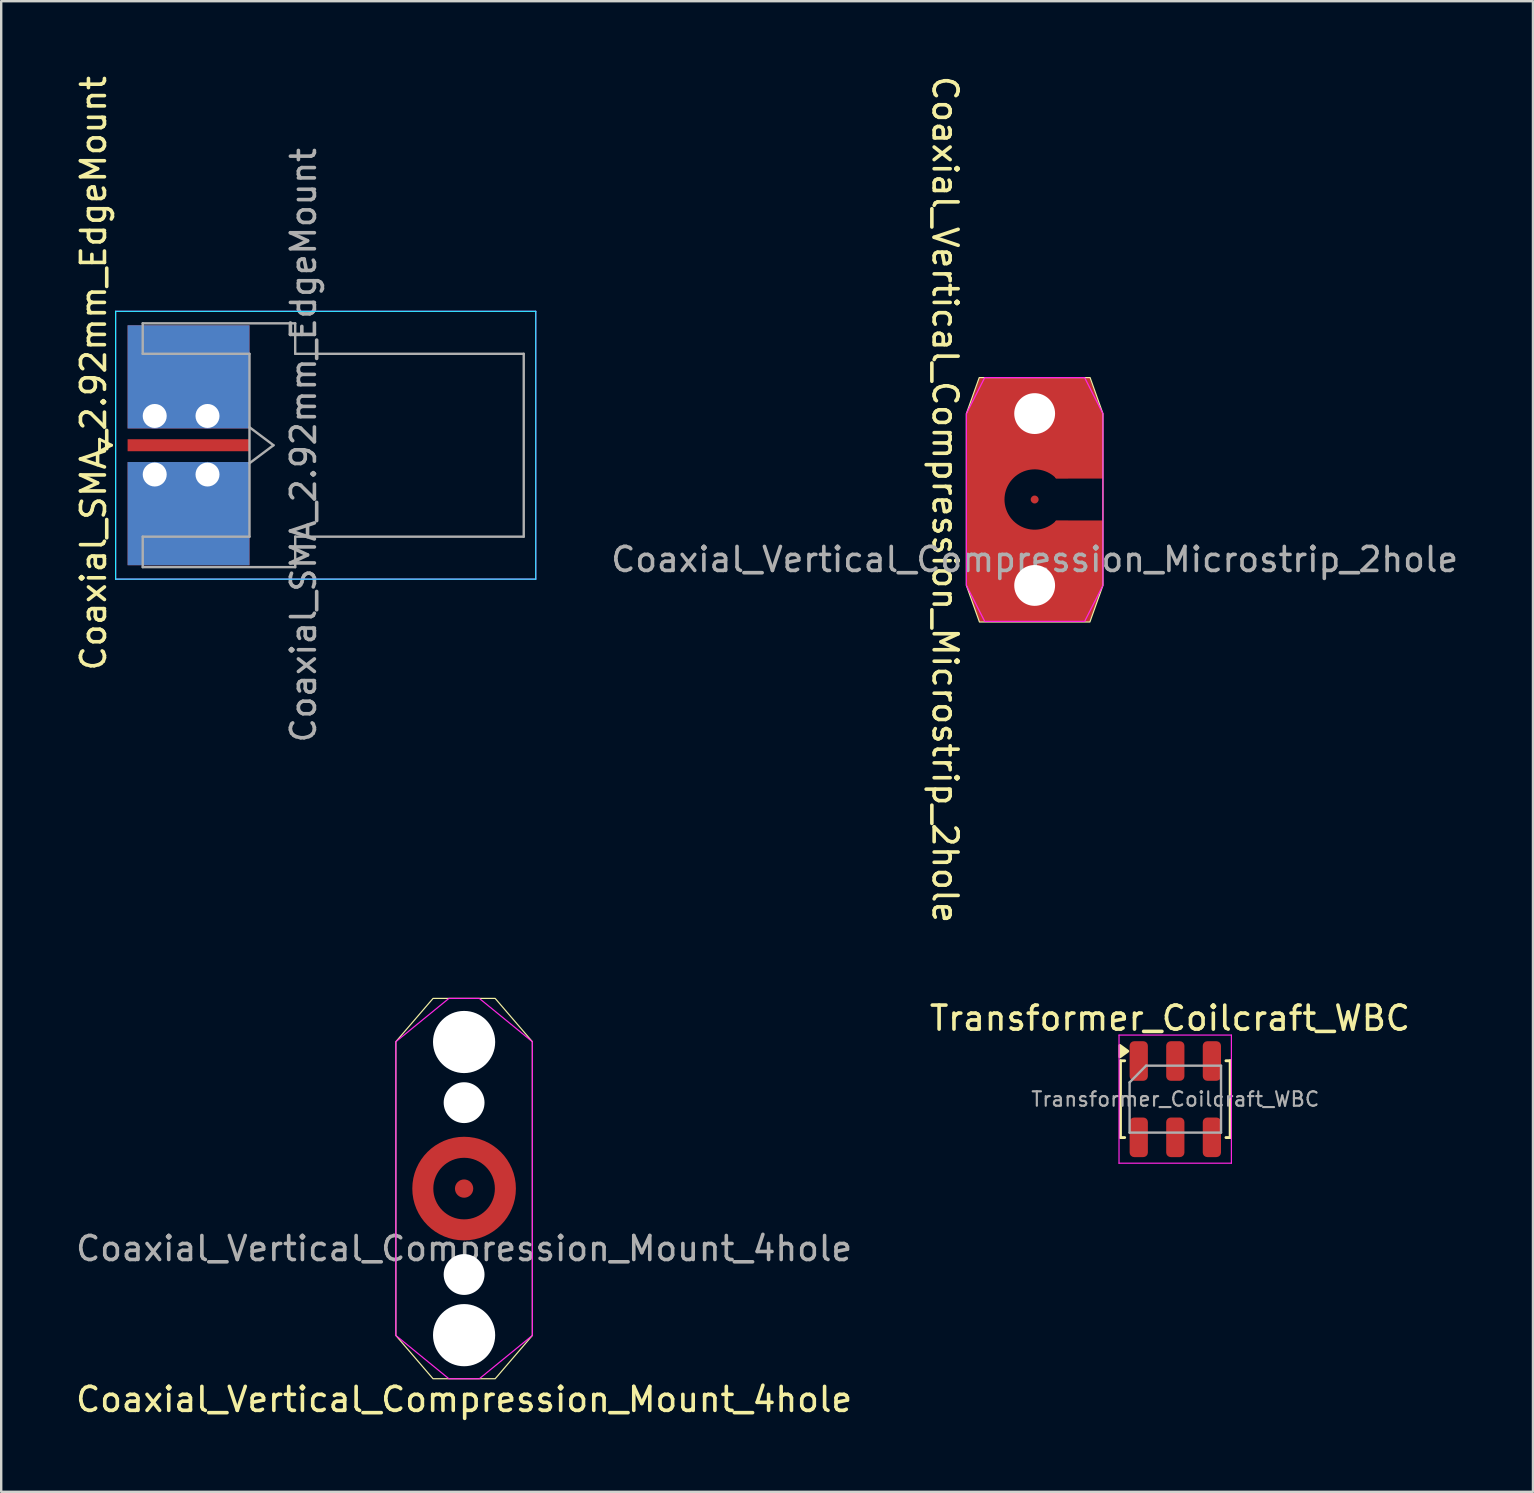
<source format=kicad_pcb>
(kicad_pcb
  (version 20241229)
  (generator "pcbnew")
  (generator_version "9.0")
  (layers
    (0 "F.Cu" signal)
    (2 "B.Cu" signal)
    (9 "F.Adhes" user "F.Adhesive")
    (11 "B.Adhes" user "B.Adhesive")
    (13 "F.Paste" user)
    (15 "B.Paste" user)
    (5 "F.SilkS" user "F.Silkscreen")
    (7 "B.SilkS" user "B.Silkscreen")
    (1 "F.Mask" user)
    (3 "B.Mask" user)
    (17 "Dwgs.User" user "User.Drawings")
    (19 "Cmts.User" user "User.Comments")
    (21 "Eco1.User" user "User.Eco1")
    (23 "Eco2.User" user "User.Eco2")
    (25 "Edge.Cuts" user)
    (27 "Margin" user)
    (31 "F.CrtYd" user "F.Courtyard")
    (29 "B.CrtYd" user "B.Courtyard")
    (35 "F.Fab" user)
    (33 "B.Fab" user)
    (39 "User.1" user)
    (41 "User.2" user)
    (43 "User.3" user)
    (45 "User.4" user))
  (footprint "Coaxial_Vertical_Compression_Microstrip_2hole"
    (layer "F.Cu")
    (at 40.071 17.768)
    (property "Reference" "Coaxial_Vertical_Compression_Microstrip_2hole" (at -3.734 0 270) (unlocked yes) (layer "F.SilkS") (effects (font (size 1 1) (thickness 0.15))))
    (attr through_hole)
    (fp_poly (pts (xy -1.422 0) (xy -0.82 -1.345) (xy 0.69 -1.346) (xy 0.889 -0.889) (xy 2.819 -0.889) (xy 2.819 -3.581) (xy 2.286 -5.055) (xy -2.286 -5.055) (xy -2.819 -3.581) (xy -2.819 3.581) (xy -2.286 5.08) (xy 2.286 5.08) (xy 2.819 3.581) (xy 2.819 0.889) (xy 0.889 0.889) (xy 0.679 1.371) (xy -0.809 1.37)) (stroke (width 0.025) (type solid)) (fill yes) (layer "F.Cu"))
    (fp_poly (pts (arc (start 1.396997 0.889) (mid -1.655877 0) (end 1.396997 -0.889)) (arc (start 0.888997 -0.889) (mid -1.257236 0) (end 0.888997 0.889))) (stroke (width 0) (type solid)) (fill yes) (layer "F.Cu"))
    (fp_poly (pts (xy -2.845 -3.581) (xy -2.31 -5.08) (xy 2.31 -5.08) (xy 2.845 -3.581) (xy 2.845 3.581) (xy 2.301 5.105) (xy -2.301 5.105) (xy -2.845 3.581)) (stroke (width 0.025) (type solid)) (fill yes) (layer "F.Mask"))
    (fp_poly (pts (xy -2.845 -3.581) (xy -2.31 -5.08) (xy 2.31 -5.08) (xy 2.845 -3.581) (xy 2.845 3.581) (xy 2.301 5.105) (xy -2.301 5.105) (xy -2.845 3.581)) (stroke (width 0.05) (type solid)) (fill no) (layer "F.SilkS"))
    (fp_poly (pts (xy -2.845 -3.581) (xy -2.082 -5.08) (xy 2.082 -5.08) (xy 2.845 -3.581) (xy 2.845 3.581) (xy 2.082 5.08) (xy -2.082 5.08) (xy -2.845 3.581)) (stroke (width 0.05) (type solid)) (fill no) (layer "F.CrtYd"))
    (fp_text user "${REFERENCE}" (at 0 2.5 0) (unlocked yes) (layer "F.Fab") (effects (font (size 1 1) (thickness 0.15))))
    (pad "" np_thru_hole circle (at 0 -3.581) (size 1.702 1.702) (drill 1.702) (layers "*.Cu" "*.Mask"))
    (pad "" np_thru_hole circle (at 0 3.581) (size 1.702 1.702) (drill 1.702) (layers "*.Cu" "*.Mask"))
    (pad "1" smd circle (at 0 0) (size 0.33 0.33) (layers "F.Cu" "F.Mask"))
    (pad "2" smd circle (at -2.007 0) (size 0.762 0.762) (layers "F.Cu" "F.Mask")))
  (footprint "Coaxial_Vertical_Compression_Mount_4hole"
    (layer "F.Cu")
    (at 16.292 46.486)
    (property "Reference" "Coaxial_Vertical_Compression_Mount_4hole" (at 0 8.788 0) (unlocked yes) (layer "F.SilkS") (effects (font (size 1 1) (thickness 0.15))))
    (attr through_hole)
    (fp_circle (center 0 0) (end 1.721 0) (stroke (width 0.876) (type solid)) (fill no) (layer "F.Cu"))
    (fp_circle (center 0 0) (end 2.794 0) (stroke (width 0.1) (type solid)) (fill yes) (layer "F.Mask"))
    (fp_poly (pts (xy -2.845 -6.121) (xy -1.295 -7.925) (xy 1.295 -7.925) (xy 2.845 -6.121) (xy 2.845 6.121) (xy 1.295 7.925) (xy -1.295 7.925) (xy -2.845 6.121)) (stroke (width 0.05) (type solid)) (fill no) (layer "F.SilkS"))
    (fp_poly (pts (xy -2.845 -6.121) (xy -0.635 -7.925) (xy 0.635 -7.925) (xy 2.845 -6.121) (xy 2.845 6.121) (xy 0.635 7.925) (xy -0.635 7.925) (xy -2.845 6.121)) (stroke (width 0.05) (type solid)) (fill no) (layer "F.CrtYd"))
    (fp_text user "${REFERENCE}" (at 0 2.5 0) (unlocked yes) (layer "F.Fab") (effects (font (size 1 1) (thickness 0.15))))
    (pad "" np_thru_hole circle (at 0 -6.109) (size 2.591 2.591) (drill 2.591) (layers "*.Cu" "*.Mask"))
    (pad "" np_thru_hole circle (at 0 -3.581) (size 1.702 1.702) (drill 1.702) (layers "*.Cu" "*.Mask"))
    (pad "" np_thru_hole circle (at 0 3.581) (size 1.702 1.702) (drill 1.702) (layers "*.Cu" "*.Mask"))
    (pad "" np_thru_hole circle (at 0 6.109) (size 2.591 2.591) (drill 2.591) (layers "*.Cu" "*.Mask"))
    (pad "1" smd circle (at 0 0) (size 0.762 0.762) (layers "F.Cu" "F.Mask"))
    (pad "2" smd circle (at 1.721 0) (size 0.762 0.762) (layers "F.Cu" "F.Mask")))
  (footprint "Coaxial_SMA_2.92mm_EdgeMount"
    (layer "F.Cu")
    (at 4.808 15.506)
    (property "Reference" "Coaxial_SMA_2.92mm_EdgeMount" (at -3.96 -3 90) (layer "F.SilkS") (effects (font (size 1 1) (thickness 0.15))))
    (attr through_hole)
    (fp_line (start -3.71 -0.25) (end -3.71 0.25) (stroke (width 0.12) (type solid)) (layer "F.SilkS"))
    (fp_line (start -3.71 0.25) (end -3.21 0) (stroke (width 0.12) (type solid)) (layer "F.SilkS"))
    (fp_line (start -3.21 0) (end -3.71 -0.25) (stroke (width 0.12) (type solid)) (layer "F.SilkS"))
    (fp_line (start -3.04 5.58) (end -3.04 -5.58) (stroke (width 0.05) (type solid)) (layer "B.CrtYd"))
    (fp_line (start 14.47 -5.58) (end -3.04 -5.58) (stroke (width 0.05) (type solid)) (layer "B.CrtYd"))
    (fp_line (start 14.47 -5.58) (end 14.47 5.58) (stroke (width 0.05) (type solid)) (layer "B.CrtYd"))
    (fp_line (start 14.47 5.58) (end -3.04 5.58) (stroke (width 0.05) (type solid)) (layer "B.CrtYd"))
    (fp_line (start -3.04 5.58) (end -3.04 -5.58) (stroke (width 0.05) (type solid)) (layer "F.CrtYd"))
    (fp_line (start 14.47 -5.58) (end -3.04 -5.58) (stroke (width 0.05) (type solid)) (layer "F.CrtYd"))
    (fp_line (start 14.47 -5.58) (end 14.47 5.58) (stroke (width 0.05) (type solid)) (layer "F.CrtYd"))
    (fp_line (start 14.47 5.58) (end -3.04 5.58) (stroke (width 0.05) (type solid)) (layer "F.CrtYd"))
    (fp_line (start -1.91 -5.08) (end -1.91 -3.81) (stroke (width 0.1) (type solid)) (layer "F.Fab"))
    (fp_line (start -1.91 -5.08) (end 4.445 -5.08) (stroke (width 0.1) (type solid)) (layer "F.Fab"))
    (fp_line (start -1.91 -3.81) (end 2.54 -3.81) (stroke (width 0.1) (type solid)) (layer "F.Fab"))
    (fp_line (start -1.91 3.81) (end -1.91 5.08) (stroke (width 0.1) (type solid)) (layer "F.Fab"))
    (fp_line (start -1.91 5.08) (end 4.445 5.08) (stroke (width 0.1) (type solid)) (layer "F.Fab"))
    (fp_line (start 2.54 -3.81) (end 2.54 3.81) (stroke (width 0.1) (type solid)) (layer "F.Fab"))
    (fp_line (start 2.54 -0.75) (end 3.54 0) (stroke (width 0.1) (type solid)) (layer "F.Fab"))
    (fp_line (start 2.54 3.81) (end -1.91 3.81) (stroke (width 0.1) (type solid)) (layer "F.Fab"))
    (fp_line (start 3.54 0) (end 2.54 0.75) (stroke (width 0.1) (type solid)) (layer "F.Fab"))
    (fp_line (start 4.445 -3.81) (end 4.445 -5.08) (stroke (width 0.1) (type solid)) (layer "F.Fab"))
    (fp_line (start 4.445 -3.81) (end 13.97 -3.81) (stroke (width 0.1) (type solid)) (layer "F.Fab"))
    (fp_line (start 4.445 5.08) (end 4.445 3.81) (stroke (width 0.1) (type solid)) (layer "F.Fab"))
    (fp_line (start 13.97 -3.81) (end 13.97 3.81) (stroke (width 0.1) (type solid)) (layer "F.Fab"))
    (fp_line (start 13.97 3.81) (end 4.445 3.81) (stroke (width 0.1) (type solid)) (layer "F.Fab"))
    (fp_text user "${REFERENCE}" (at 4.79 0 270) (layer "F.Fab") (effects (font (size 1 1) (thickness 0.15))))
    (pad "1" smd rect (at 0 0 90) (size 0.5 5.08) (layers "F.Cu" "F.Mask" "F.Paste"))
    (pad "2" thru_hole circle (at -1.41 -1.22 90) (size 1.05 1.05) (drill 1) (layers "*.Cu" "*.Mask"))
    (pad "2" thru_hole circle (at -1.41 1.22 90) (size 1.05 1.05) (drill 1) (layers "*.Cu" "*.Mask"))
    (pad "2" smd rect (at 0 -2.85 90) (size 4.3 5.08) (layers "F.Cu" "F.Mask" "F.Paste"))
    (pad "2" smd rect (at 0 -2.85 90) (size 4.3 5.08) (layers "B.Cu" "B.Mask" "B.Paste"))
    (pad "2" smd rect (at 0 2.85 90) (size 4.3 5.08) (layers "F.Cu" "F.Mask" "F.Paste"))
    (pad "2" smd rect (at 0 2.85 90) (size 4.3 5.08) (layers "B.Cu" "B.Mask" "B.Paste"))
    (pad "2" thru_hole circle (at 0.79 -1.22 90) (size 1.05 1.05) (drill 1) (layers "*.Cu" "*.Mask"))
    (pad "2" thru_hole circle (at 0.79 1.22 90) (size 1.05 1.05) (drill 1) (layers "*.Cu" "*.Mask")))
  (footprint "Transformer_Coilcraft_WBC"
    (layer "F.Cu")
    (at 45.933 42.759)
    (property "Reference" "Transformer_Coilcraft_WBC" (at -0.225 -3.375 0) (layer "F.SilkS") (effects (font (size 1 1) (thickness 0.15))))
    (attr smd)
    (fp_line (start -2.286 -1.6) (end -2.111 -1.6) (stroke (width 0.12) (type solid)) (layer "F.SilkS"))
    (fp_line (start -2.286 1.6) (end -2.286 -1.6) (stroke (width 0.12) (type solid)) (layer "F.SilkS"))
    (fp_line (start -2.111 1.6) (end -2.286 1.6) (stroke (width 0.12) (type solid)) (layer "F.SilkS"))
    (fp_line (start 2.111 1.6) (end 2.286 1.6) (stroke (width 0.12) (type solid)) (layer "F.SilkS"))
    (fp_line (start 2.286 -1.6) (end 2.111 -1.6) (stroke (width 0.12) (type solid)) (layer "F.SilkS"))
    (fp_line (start 2.286 1.6) (end 2.286 -1.6) (stroke (width 0.12) (type solid)) (layer "F.SilkS"))
    (fp_poly (pts (xy -1.981 -2) (xy -2.311 -1.76) (xy -2.311 -2.24) (xy -1.981 -2)) (stroke (width 0.12) (type solid)) (fill yes) (layer "F.SilkS"))
    (fp_line (start -2.346 -2.67) (end 2.337 -2.67) (stroke (width 0.05) (type solid)) (layer "F.CrtYd"))
    (fp_line (start -2.346 2.67) (end -2.346 -2.67) (stroke (width 0.05) (type solid)) (layer "F.CrtYd"))
    (fp_line (start 2.337 -2.67) (end 2.337 2.67) (stroke (width 0.05) (type solid)) (layer "F.CrtYd"))
    (fp_line (start 2.337 2.67) (end -2.346 2.67) (stroke (width 0.05) (type solid)) (layer "F.CrtYd"))
    (fp_line (start -1.905 1.395) (end -1.905 -0.698) (stroke (width 0.1) (type solid)) (layer "F.Fab"))
    (fp_line (start -1.218 -1.395) (end -1.905 -0.698) (stroke (width 0.1) (type solid)) (layer "F.Fab"))
    (fp_line (start -1.218 -1.395) (end 1.905 -1.395) (stroke (width 0.1) (type solid)) (layer "F.Fab"))
    (fp_line (start 1.905 -1.395) (end 1.905 1.395) (stroke (width 0.1) (type solid)) (layer "F.Fab"))
    (fp_line (start 1.905 1.395) (end -1.905 1.395) (stroke (width 0.1) (type solid)) (layer "F.Fab"))
    (fp_text user "${REFERENCE}" (at 0 0 180) (layer "F.Fab") (effects (font (size 0.6 0.6) (thickness 0.09))))
    (pad "1" smd roundrect (at -1.524 -1.59 90) (size 1.65 0.76) (layers "F.Cu" "F.Mask" "F.Paste") (roundrect_rratio 0.25))
    (pad "2" smd roundrect (at 0 -1.59 90) (size 1.65 0.76) (layers "F.Cu" "F.Mask" "F.Paste") (roundrect_rratio 0.25))
    (pad "3" smd roundrect (at 1.524 -1.59 90) (size 1.65 0.76) (layers "F.Cu" "F.Mask" "F.Paste") (roundrect_rratio 0.25))
    (pad "4" smd roundrect (at 1.524 1.59 90) (size 1.65 0.76) (layers "F.Cu" "F.Mask" "F.Paste") (roundrect_rratio 0.25))
    (pad "5" smd roundrect (at 0 1.59 90) (size 1.65 0.76) (layers "F.Cu" "F.Mask" "F.Paste") (roundrect_rratio 0.25))
    (pad "6" smd roundrect (at -1.524 1.59 90) (size 1.65 0.76) (layers "F.Cu" "F.Mask" "F.Paste") (roundrect_rratio 0.25)))
  (gr_rect
    (start -3 -3)
    (end 60.839 59.122)
    (stroke (width 0.1) (type default))
    (fill no)
    (layer "Edge.Cuts")))
</source>
